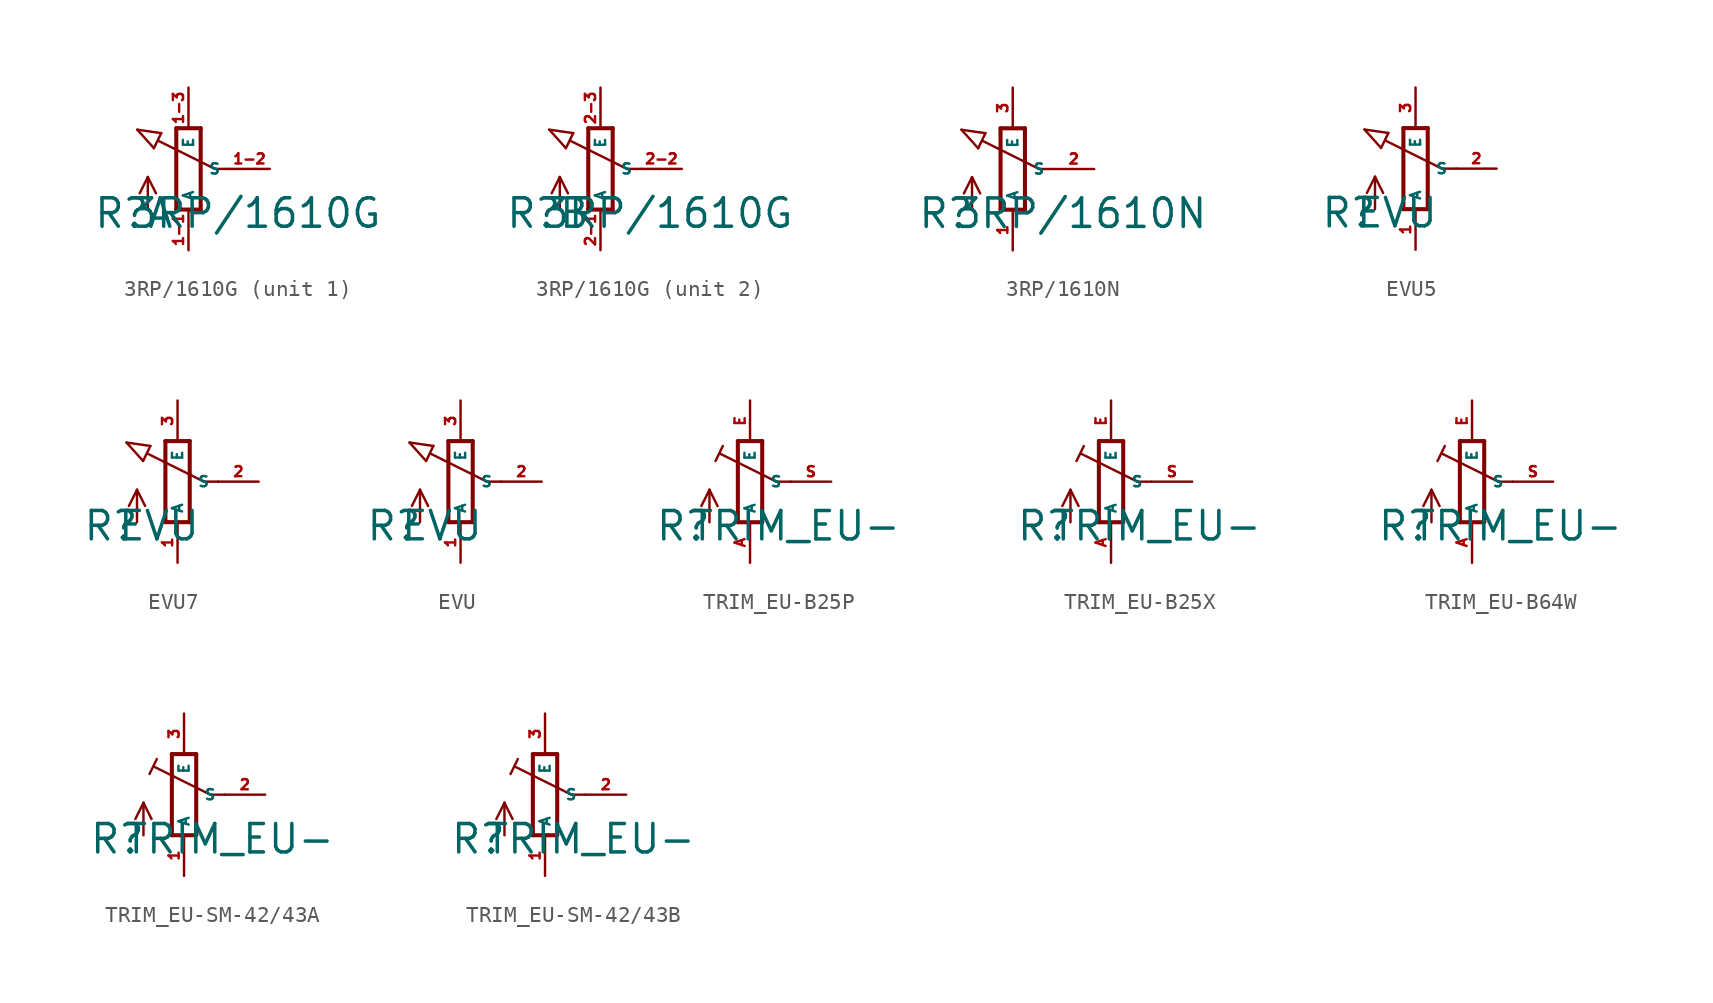
<source format=kicad_sym>
(kicad_symbol_lib
  (version 20220914)
  (generator Eagle2Kicad)
  (symbol "3RP/1610G"
    (property "Reference" "R"
      (at -5.969 -3.81 0)
      (effects (font (size 1.778 1.778) (thickness 0.22)) (justify left bottom)))
    (property "Value" "3RP/1610G"
      (at -3.81 -3.81 0)
      (effects (font (size 1.778 1.778) (thickness 0.22)) (justify left bottom)))
    (symbol "3RP/1610G_1_0"
      (polyline (pts (xy -0.762 2.54) (xy -0.762 -2.54)) (stroke (width 0.254) (type default)) (fill (type none)))
      (polyline (pts (xy 0.762 -2.54) (xy 0.762 2.54)) (stroke (width 0.254) (type default)) (fill (type none)))
      (polyline (pts (xy 2.54 0) (xy 1.651 0)) (stroke (width 0.152) (type default)) (fill (type none)))
      (polyline (pts (xy 1.651 0) (xy -1.88 1.753)) (stroke (width 0.152) (type default)) (fill (type none)))
      (polyline (pts (xy 0.762 2.54) (xy -0.762 2.54)) (stroke (width 0.254) (type default)) (fill (type none)))
      (polyline (pts (xy -0.762 -2.54) (xy 0.762 -2.54)) (stroke (width 0.254) (type default)) (fill (type none)))
      (polyline (pts (xy -2.16 1.294) (xy -3.199 2.45)) (stroke (width 0.152) (type default)) (fill (type none)))
      (polyline (pts (xy -3.199 2.45) (xy -1.702 2.235)) (stroke (width 0.152) (type default)) (fill (type none)))
      (polyline (pts (xy -2.54 -2.54) (xy -2.54 -0.508)) (stroke (width 0.152) (type default)) (fill (type none)))
      (polyline (pts (xy -2.54 -0.508) (xy -3.048 -1.524)) (stroke (width 0.152) (type default)) (fill (type none)))
      (polyline (pts (xy -2.54 -0.508) (xy -2.032 -1.524)) (stroke (width 0.152) (type default)) (fill (type none)))
      (polyline (pts (xy -2.16 1.294) (xy -1.702 2.235)) (stroke (width 0.152) (type default)) (fill (type none)))
      (pin passive line (at 0 -5.08 90) (length 2.54) (name "A" (effects (font (size 0.635 0.635) (thickness 0.08)) (justify left bottom))) (number "1-1" (effects (font (size 0.635 0.635) (thickness 0.08)) (justify left bottom))))
      (pin passive line (at 0 5.08 270) (length 2.54) (name "E" (effects (font (size 0.635 0.635) (thickness 0.08)) (justify left bottom))) (number "1-3" (effects (font (size 0.635 0.635) (thickness 0.08)) (justify left bottom))))
      (pin passive line (at 5.08 0 180) (length 2.54) (name "S" (effects (font (size 0.635 0.635) (thickness 0.08)) (justify left bottom))) (number "1-2" (effects (font (size 0.635 0.635) (thickness 0.08)) (justify left bottom)))))
    (symbol "3RP/1610G_2_0"
      (polyline (pts (xy -0.762 2.54) (xy -0.762 -2.54)) (stroke (width 0.254) (type default)) (fill (type none)))
      (polyline (pts (xy 0.762 -2.54) (xy 0.762 2.54)) (stroke (width 0.254) (type default)) (fill (type none)))
      (polyline (pts (xy 2.54 0) (xy 1.651 0)) (stroke (width 0.152) (type default)) (fill (type none)))
      (polyline (pts (xy 1.651 0) (xy -1.88 1.753)) (stroke (width 0.152) (type default)) (fill (type none)))
      (polyline (pts (xy 0.762 2.54) (xy -0.762 2.54)) (stroke (width 0.254) (type default)) (fill (type none)))
      (polyline (pts (xy -0.762 -2.54) (xy 0.762 -2.54)) (stroke (width 0.254) (type default)) (fill (type none)))
      (polyline (pts (xy -2.16 1.294) (xy -3.199 2.45)) (stroke (width 0.152) (type default)) (fill (type none)))
      (polyline (pts (xy -3.199 2.45) (xy -1.702 2.235)) (stroke (width 0.152) (type default)) (fill (type none)))
      (polyline (pts (xy -2.54 -2.54) (xy -2.54 -0.508)) (stroke (width 0.152) (type default)) (fill (type none)))
      (polyline (pts (xy -2.54 -0.508) (xy -3.048 -1.524)) (stroke (width 0.152) (type default)) (fill (type none)))
      (polyline (pts (xy -2.54 -0.508) (xy -2.032 -1.524)) (stroke (width 0.152) (type default)) (fill (type none)))
      (polyline (pts (xy -2.16 1.294) (xy -1.702 2.235)) (stroke (width 0.152) (type default)) (fill (type none)))
      (pin passive line (at 0 -5.08 90) (length 2.54) (name "A" (effects (font (size 0.635 0.635) (thickness 0.08)) (justify left bottom))) (number "2-1" (effects (font (size 0.635 0.635) (thickness 0.08)) (justify left bottom))))
      (pin passive line (at 0 5.08 270) (length 2.54) (name "E" (effects (font (size 0.635 0.635) (thickness 0.08)) (justify left bottom))) (number "2-3" (effects (font (size 0.635 0.635) (thickness 0.08)) (justify left bottom))))
      (pin passive line (at 5.08 0 180) (length 2.54) (name "S" (effects (font (size 0.635 0.635) (thickness 0.08)) (justify left bottom))) (number "2-2" (effects (font (size 0.635 0.635) (thickness 0.08)) (justify left bottom))))))
  (symbol "3RP/1610N"
    (property "Reference" "R"
      (at -5.969 -3.81 0)
      (effects (font (size 1.778 1.778) (thickness 0.22)) (justify left bottom)))
    (property "Value" "3RP/1610N"
      (at -3.81 -3.81 0)
      (effects (font (size 1.778 1.778) (thickness 0.22)) (justify left bottom)))
    (polyline
      (pts (xy -0.762 2.54) (xy -0.762 -2.54))
      (stroke (width 0.254) (type default))
      (fill (type none)))
    (polyline
      (pts (xy 0.762 -2.54) (xy 0.762 2.54))
      (stroke (width 0.254) (type default))
      (fill (type none)))
    (polyline
      (pts (xy 2.54 0) (xy 1.651 0))
      (stroke (width 0.152) (type default))
      (fill (type none)))
    (polyline
      (pts (xy 1.651 0) (xy -1.88 1.753))
      (stroke (width 0.152) (type default))
      (fill (type none)))
    (polyline
      (pts (xy 0.762 2.54) (xy -0.762 2.54))
      (stroke (width 0.254) (type default))
      (fill (type none)))
    (polyline
      (pts (xy -0.762 -2.54) (xy 0.762 -2.54))
      (stroke (width 0.254) (type default))
      (fill (type none)))
    (polyline
      (pts (xy -2.16 1.294) (xy -3.199 2.45))
      (stroke (width 0.152) (type default))
      (fill (type none)))
    (polyline
      (pts (xy -3.199 2.45) (xy -1.702 2.235))
      (stroke (width 0.152) (type default))
      (fill (type none)))
    (polyline
      (pts (xy -2.54 -2.54) (xy -2.54 -0.508))
      (stroke (width 0.152) (type default))
      (fill (type none)))
    (polyline
      (pts (xy -2.54 -0.508) (xy -3.048 -1.524))
      (stroke (width 0.152) (type default))
      (fill (type none)))
    (polyline
      (pts (xy -2.54 -0.508) (xy -2.032 -1.524))
      (stroke (width 0.152) (type default))
      (fill (type none)))
    (polyline
      (pts (xy -2.16 1.294) (xy -1.702 2.235))
      (stroke (width 0.152) (type default))
      (fill (type none)))
    (pin passive line
      (at 0 -5.08 90)
      (length 2.54)
      (name "A" (effects (font (size 0.635 0.635) (thickness 0.08)) (justify left bottom)))
      (number "1" (effects (font (size 0.635 0.635) (thickness 0.08)) (justify left bottom))))
    (pin passive line
      (at 0 5.08 270)
      (length 2.54)
      (name "E" (effects (font (size 0.635 0.635) (thickness 0.08)) (justify left bottom)))
      (number "3" (effects (font (size 0.635 0.635) (thickness 0.08)) (justify left bottom))))
    (pin passive line
      (at 5.08 0 180)
      (length 2.54)
      (name "S" (effects (font (size 0.635 0.635) (thickness 0.08)) (justify left bottom)))
      (number "2" (effects (font (size 0.635 0.635) (thickness 0.08)) (justify left bottom)))))
  (symbol "EVU5"
    (property "Reference" "R"
      (at -5.969 -3.81 0)
      (effects (font (size 1.778 1.778) (thickness 0.22)) (justify left bottom)))
    (property "Value" "EVU"
      (at -3.81 -3.81 0)
      (effects (font (size 1.778 1.778) (thickness 0.22)) (justify left bottom)))
    (polyline
      (pts (xy -0.762 2.54) (xy -0.762 -2.54))
      (stroke (width 0.254) (type default))
      (fill (type none)))
    (polyline
      (pts (xy 0.762 -2.54) (xy 0.762 2.54))
      (stroke (width 0.254) (type default))
      (fill (type none)))
    (polyline
      (pts (xy 2.54 0) (xy 1.651 0))
      (stroke (width 0.152) (type default))
      (fill (type none)))
    (polyline
      (pts (xy 1.651 0) (xy -1.88 1.753))
      (stroke (width 0.152) (type default))
      (fill (type none)))
    (polyline
      (pts (xy 0.762 2.54) (xy -0.762 2.54))
      (stroke (width 0.254) (type default))
      (fill (type none)))
    (polyline
      (pts (xy -0.762 -2.54) (xy 0.762 -2.54))
      (stroke (width 0.254) (type default))
      (fill (type none)))
    (polyline
      (pts (xy -2.16 1.294) (xy -3.199 2.45))
      (stroke (width 0.152) (type default))
      (fill (type none)))
    (polyline
      (pts (xy -3.199 2.45) (xy -1.702 2.235))
      (stroke (width 0.152) (type default))
      (fill (type none)))
    (polyline
      (pts (xy -2.54 -2.54) (xy -2.54 -0.508))
      (stroke (width 0.152) (type default))
      (fill (type none)))
    (polyline
      (pts (xy -2.54 -0.508) (xy -3.048 -1.524))
      (stroke (width 0.152) (type default))
      (fill (type none)))
    (polyline
      (pts (xy -2.54 -0.508) (xy -2.032 -1.524))
      (stroke (width 0.152) (type default))
      (fill (type none)))
    (polyline
      (pts (xy -2.16 1.294) (xy -1.702 2.235))
      (stroke (width 0.152) (type default))
      (fill (type none)))
    (pin passive line
      (at 0 -5.08 90)
      (length 2.54)
      (name "A" (effects (font (size 0.635 0.635) (thickness 0.08)) (justify left bottom)))
      (number "1" (effects (font (size 0.635 0.635) (thickness 0.08)) (justify left bottom))))
    (pin passive line
      (at 0 5.08 270)
      (length 2.54)
      (name "E" (effects (font (size 0.635 0.635) (thickness 0.08)) (justify left bottom)))
      (number "3" (effects (font (size 0.635 0.635) (thickness 0.08)) (justify left bottom))))
    (pin passive line
      (at 5.08 0 180)
      (length 2.54)
      (name "S" (effects (font (size 0.635 0.635) (thickness 0.08)) (justify left bottom)))
      (number "2" (effects (font (size 0.635 0.635) (thickness 0.08)) (justify left bottom)))))
  (symbol "EVU7"
    (property "Reference" "R"
      (at -5.969 -3.81 0)
      (effects (font (size 1.778 1.778) (thickness 0.22)) (justify left bottom)))
    (property "Value" "EVU"
      (at -3.81 -3.81 0)
      (effects (font (size 1.778 1.778) (thickness 0.22)) (justify left bottom)))
    (polyline
      (pts (xy -0.762 2.54) (xy -0.762 -2.54))
      (stroke (width 0.254) (type default))
      (fill (type none)))
    (polyline
      (pts (xy 0.762 -2.54) (xy 0.762 2.54))
      (stroke (width 0.254) (type default))
      (fill (type none)))
    (polyline
      (pts (xy 2.54 0) (xy 1.651 0))
      (stroke (width 0.152) (type default))
      (fill (type none)))
    (polyline
      (pts (xy 1.651 0) (xy -1.88 1.753))
      (stroke (width 0.152) (type default))
      (fill (type none)))
    (polyline
      (pts (xy 0.762 2.54) (xy -0.762 2.54))
      (stroke (width 0.254) (type default))
      (fill (type none)))
    (polyline
      (pts (xy -0.762 -2.54) (xy 0.762 -2.54))
      (stroke (width 0.254) (type default))
      (fill (type none)))
    (polyline
      (pts (xy -2.16 1.294) (xy -3.199 2.45))
      (stroke (width 0.152) (type default))
      (fill (type none)))
    (polyline
      (pts (xy -3.199 2.45) (xy -1.702 2.235))
      (stroke (width 0.152) (type default))
      (fill (type none)))
    (polyline
      (pts (xy -2.54 -2.54) (xy -2.54 -0.508))
      (stroke (width 0.152) (type default))
      (fill (type none)))
    (polyline
      (pts (xy -2.54 -0.508) (xy -3.048 -1.524))
      (stroke (width 0.152) (type default))
      (fill (type none)))
    (polyline
      (pts (xy -2.54 -0.508) (xy -2.032 -1.524))
      (stroke (width 0.152) (type default))
      (fill (type none)))
    (polyline
      (pts (xy -2.16 1.294) (xy -1.702 2.235))
      (stroke (width 0.152) (type default))
      (fill (type none)))
    (pin passive line
      (at 0 -5.08 90)
      (length 2.54)
      (name "A" (effects (font (size 0.635 0.635) (thickness 0.08)) (justify left bottom)))
      (number "1" (effects (font (size 0.635 0.635) (thickness 0.08)) (justify left bottom))))
    (pin passive line
      (at 0 5.08 270)
      (length 2.54)
      (name "E" (effects (font (size 0.635 0.635) (thickness 0.08)) (justify left bottom)))
      (number "3" (effects (font (size 0.635 0.635) (thickness 0.08)) (justify left bottom))))
    (pin passive line
      (at 5.08 0 180)
      (length 2.54)
      (name "S" (effects (font (size 0.635 0.635) (thickness 0.08)) (justify left bottom)))
      (number "2" (effects (font (size 0.635 0.635) (thickness 0.08)) (justify left bottom)))))
  (symbol "EVU"
    (property "Reference" "R"
      (at -5.969 -3.81 0)
      (effects (font (size 1.778 1.778) (thickness 0.22)) (justify left bottom)))
    (property "Value" "EVU"
      (at -3.81 -3.81 0)
      (effects (font (size 1.778 1.778) (thickness 0.22)) (justify left bottom)))
    (polyline
      (pts (xy -0.762 2.54) (xy -0.762 -2.54))
      (stroke (width 0.254) (type default))
      (fill (type none)))
    (polyline
      (pts (xy 0.762 -2.54) (xy 0.762 2.54))
      (stroke (width 0.254) (type default))
      (fill (type none)))
    (polyline
      (pts (xy 2.54 0) (xy 1.651 0))
      (stroke (width 0.152) (type default))
      (fill (type none)))
    (polyline
      (pts (xy 1.651 0) (xy -1.88 1.753))
      (stroke (width 0.152) (type default))
      (fill (type none)))
    (polyline
      (pts (xy 0.762 2.54) (xy -0.762 2.54))
      (stroke (width 0.254) (type default))
      (fill (type none)))
    (polyline
      (pts (xy -0.762 -2.54) (xy 0.762 -2.54))
      (stroke (width 0.254) (type default))
      (fill (type none)))
    (polyline
      (pts (xy -2.16 1.294) (xy -3.199 2.45))
      (stroke (width 0.152) (type default))
      (fill (type none)))
    (polyline
      (pts (xy -3.199 2.45) (xy -1.702 2.235))
      (stroke (width 0.152) (type default))
      (fill (type none)))
    (polyline
      (pts (xy -2.54 -2.54) (xy -2.54 -0.508))
      (stroke (width 0.152) (type default))
      (fill (type none)))
    (polyline
      (pts (xy -2.54 -0.508) (xy -3.048 -1.524))
      (stroke (width 0.152) (type default))
      (fill (type none)))
    (polyline
      (pts (xy -2.54 -0.508) (xy -2.032 -1.524))
      (stroke (width 0.152) (type default))
      (fill (type none)))
    (polyline
      (pts (xy -2.16 1.294) (xy -1.702 2.235))
      (stroke (width 0.152) (type default))
      (fill (type none)))
    (pin passive line
      (at 0 -5.08 90)
      (length 2.54)
      (name "A" (effects (font (size 0.635 0.635) (thickness 0.08)) (justify left bottom)))
      (number "1" (effects (font (size 0.635 0.635) (thickness 0.08)) (justify left bottom))))
    (pin passive line
      (at 0 5.08 270)
      (length 2.54)
      (name "E" (effects (font (size 0.635 0.635) (thickness 0.08)) (justify left bottom)))
      (number "3" (effects (font (size 0.635 0.635) (thickness 0.08)) (justify left bottom))))
    (pin passive line
      (at 5.08 0 180)
      (length 2.54)
      (name "S" (effects (font (size 0.635 0.635) (thickness 0.08)) (justify left bottom)))
      (number "2" (effects (font (size 0.635 0.635) (thickness 0.08)) (justify left bottom)))))
  (symbol "TRIM_EU-B25P"
    (property "Reference" "R"
      (at -5.969 -3.81 0)
      (effects (font (size 1.778 1.778) (thickness 0.22)) (justify left bottom)))
    (property "Value" "TRIM_EU-"
      (at -3.81 -3.81 0)
      (effects (font (size 1.778 1.778) (thickness 0.22)) (justify left bottom)))
    (polyline
      (pts (xy -0.762 2.54) (xy -0.762 -2.54))
      (stroke (width 0.254) (type default))
      (fill (type none)))
    (polyline
      (pts (xy 0.762 -2.54) (xy 0.762 2.54))
      (stroke (width 0.254) (type default))
      (fill (type none)))
    (polyline
      (pts (xy 2.54 0) (xy 1.651 0))
      (stroke (width 0.152) (type default))
      (fill (type none)))
    (polyline
      (pts (xy 1.651 0) (xy -1.88 1.753))
      (stroke (width 0.152) (type default))
      (fill (type none)))
    (polyline
      (pts (xy 0.762 2.54) (xy -0.762 2.54))
      (stroke (width 0.254) (type default))
      (fill (type none)))
    (polyline
      (pts (xy -0.762 -2.54) (xy 0.762 -2.54))
      (stroke (width 0.254) (type default))
      (fill (type none)))
    (polyline
      (pts (xy -2.54 -2.54) (xy -2.54 -0.508))
      (stroke (width 0.152) (type default))
      (fill (type none)))
    (polyline
      (pts (xy -2.54 -0.508) (xy -3.048 -1.524))
      (stroke (width 0.152) (type default))
      (fill (type none)))
    (polyline
      (pts (xy -2.54 -0.508) (xy -2.032 -1.524))
      (stroke (width 0.152) (type default))
      (fill (type none)))
    (polyline
      (pts (xy -2.16 1.294) (xy -1.702 2.235))
      (stroke (width 0.152) (type default))
      (fill (type none)))
    (pin passive line
      (at 0 -5.08 90)
      (length 2.54)
      (name "A" (effects (font (size 0.635 0.635) (thickness 0.08)) (justify left bottom)))
      (number "A" (effects (font (size 0.635 0.635) (thickness 0.08)) (justify left bottom))))
    (pin passive line
      (at 0 5.08 270)
      (length 2.54)
      (name "E" (effects (font (size 0.635 0.635) (thickness 0.08)) (justify left bottom)))
      (number "E" (effects (font (size 0.635 0.635) (thickness 0.08)) (justify left bottom))))
    (pin passive line
      (at 5.08 0 180)
      (length 2.54)
      (name "S" (effects (font (size 0.635 0.635) (thickness 0.08)) (justify left bottom)))
      (number "S" (effects (font (size 0.635 0.635) (thickness 0.08)) (justify left bottom)))))
  (symbol "TRIM_EU-B25X"
    (property "Reference" "R"
      (at -5.969 -3.81 0)
      (effects (font (size 1.778 1.778) (thickness 0.22)) (justify left bottom)))
    (property "Value" "TRIM_EU-"
      (at -3.81 -3.81 0)
      (effects (font (size 1.778 1.778) (thickness 0.22)) (justify left bottom)))
    (polyline
      (pts (xy -0.762 2.54) (xy -0.762 -2.54))
      (stroke (width 0.254) (type default))
      (fill (type none)))
    (polyline
      (pts (xy 0.762 -2.54) (xy 0.762 2.54))
      (stroke (width 0.254) (type default))
      (fill (type none)))
    (polyline
      (pts (xy 2.54 0) (xy 1.651 0))
      (stroke (width 0.152) (type default))
      (fill (type none)))
    (polyline
      (pts (xy 1.651 0) (xy -1.88 1.753))
      (stroke (width 0.152) (type default))
      (fill (type none)))
    (polyline
      (pts (xy 0.762 2.54) (xy -0.762 2.54))
      (stroke (width 0.254) (type default))
      (fill (type none)))
    (polyline
      (pts (xy -0.762 -2.54) (xy 0.762 -2.54))
      (stroke (width 0.254) (type default))
      (fill (type none)))
    (polyline
      (pts (xy -2.54 -2.54) (xy -2.54 -0.508))
      (stroke (width 0.152) (type default))
      (fill (type none)))
    (polyline
      (pts (xy -2.54 -0.508) (xy -3.048 -1.524))
      (stroke (width 0.152) (type default))
      (fill (type none)))
    (polyline
      (pts (xy -2.54 -0.508) (xy -2.032 -1.524))
      (stroke (width 0.152) (type default))
      (fill (type none)))
    (polyline
      (pts (xy -2.16 1.294) (xy -1.702 2.235))
      (stroke (width 0.152) (type default))
      (fill (type none)))
    (pin passive line
      (at 0 -5.08 90)
      (length 2.54)
      (name "A" (effects (font (size 0.635 0.635) (thickness 0.08)) (justify left bottom)))
      (number "A" (effects (font (size 0.635 0.635) (thickness 0.08)) (justify left bottom))))
    (pin passive line
      (at 0 5.08 270)
      (length 2.54)
      (name "E" (effects (font (size 0.635 0.635) (thickness 0.08)) (justify left bottom)))
      (number "E" (effects (font (size 0.635 0.635) (thickness 0.08)) (justify left bottom))))
    (pin passive line
      (at 5.08 0 180)
      (length 2.54)
      (name "S" (effects (font (size 0.635 0.635) (thickness 0.08)) (justify left bottom)))
      (number "S" (effects (font (size 0.635 0.635) (thickness 0.08)) (justify left bottom)))))
  (symbol "TRIM_EU-B64W"
    (property "Reference" "R"
      (at -5.969 -3.81 0)
      (effects (font (size 1.778 1.778) (thickness 0.22)) (justify left bottom)))
    (property "Value" "TRIM_EU-"
      (at -3.81 -3.81 0)
      (effects (font (size 1.778 1.778) (thickness 0.22)) (justify left bottom)))
    (polyline
      (pts (xy -0.762 2.54) (xy -0.762 -2.54))
      (stroke (width 0.254) (type default))
      (fill (type none)))
    (polyline
      (pts (xy 0.762 -2.54) (xy 0.762 2.54))
      (stroke (width 0.254) (type default))
      (fill (type none)))
    (polyline
      (pts (xy 2.54 0) (xy 1.651 0))
      (stroke (width 0.152) (type default))
      (fill (type none)))
    (polyline
      (pts (xy 1.651 0) (xy -1.88 1.753))
      (stroke (width 0.152) (type default))
      (fill (type none)))
    (polyline
      (pts (xy 0.762 2.54) (xy -0.762 2.54))
      (stroke (width 0.254) (type default))
      (fill (type none)))
    (polyline
      (pts (xy -0.762 -2.54) (xy 0.762 -2.54))
      (stroke (width 0.254) (type default))
      (fill (type none)))
    (polyline
      (pts (xy -2.54 -2.54) (xy -2.54 -0.508))
      (stroke (width 0.152) (type default))
      (fill (type none)))
    (polyline
      (pts (xy -2.54 -0.508) (xy -3.048 -1.524))
      (stroke (width 0.152) (type default))
      (fill (type none)))
    (polyline
      (pts (xy -2.54 -0.508) (xy -2.032 -1.524))
      (stroke (width 0.152) (type default))
      (fill (type none)))
    (polyline
      (pts (xy -2.16 1.294) (xy -1.702 2.235))
      (stroke (width 0.152) (type default))
      (fill (type none)))
    (pin passive line
      (at 0 -5.08 90)
      (length 2.54)
      (name "A" (effects (font (size 0.635 0.635) (thickness 0.08)) (justify left bottom)))
      (number "A" (effects (font (size 0.635 0.635) (thickness 0.08)) (justify left bottom))))
    (pin passive line
      (at 0 5.08 270)
      (length 2.54)
      (name "E" (effects (font (size 0.635 0.635) (thickness 0.08)) (justify left bottom)))
      (number "E" (effects (font (size 0.635 0.635) (thickness 0.08)) (justify left bottom))))
    (pin passive line
      (at 5.08 0 180)
      (length 2.54)
      (name "S" (effects (font (size 0.635 0.635) (thickness 0.08)) (justify left bottom)))
      (number "S" (effects (font (size 0.635 0.635) (thickness 0.08)) (justify left bottom)))))
  (symbol "TRIM_EU-SM-42/43A"
    (property "Reference" "R"
      (at -5.969 -3.81 0)
      (effects (font (size 1.778 1.778) (thickness 0.22)) (justify left bottom)))
    (property "Value" "TRIM_EU-"
      (at -3.81 -3.81 0)
      (effects (font (size 1.778 1.778) (thickness 0.22)) (justify left bottom)))
    (polyline
      (pts (xy -0.762 2.54) (xy -0.762 -2.54))
      (stroke (width 0.254) (type default))
      (fill (type none)))
    (polyline
      (pts (xy 0.762 -2.54) (xy 0.762 2.54))
      (stroke (width 0.254) (type default))
      (fill (type none)))
    (polyline
      (pts (xy 2.54 0) (xy 1.651 0))
      (stroke (width 0.152) (type default))
      (fill (type none)))
    (polyline
      (pts (xy 1.651 0) (xy -1.88 1.753))
      (stroke (width 0.152) (type default))
      (fill (type none)))
    (polyline
      (pts (xy 0.762 2.54) (xy -0.762 2.54))
      (stroke (width 0.254) (type default))
      (fill (type none)))
    (polyline
      (pts (xy -0.762 -2.54) (xy 0.762 -2.54))
      (stroke (width 0.254) (type default))
      (fill (type none)))
    (polyline
      (pts (xy -2.54 -2.54) (xy -2.54 -0.508))
      (stroke (width 0.152) (type default))
      (fill (type none)))
    (polyline
      (pts (xy -2.54 -0.508) (xy -3.048 -1.524))
      (stroke (width 0.152) (type default))
      (fill (type none)))
    (polyline
      (pts (xy -2.54 -0.508) (xy -2.032 -1.524))
      (stroke (width 0.152) (type default))
      (fill (type none)))
    (polyline
      (pts (xy -2.16 1.294) (xy -1.702 2.235))
      (stroke (width 0.152) (type default))
      (fill (type none)))
    (pin passive line
      (at 0 -5.08 90)
      (length 2.54)
      (name "A" (effects (font (size 0.635 0.635) (thickness 0.08)) (justify left bottom)))
      (number "1" (effects (font (size 0.635 0.635) (thickness 0.08)) (justify left bottom))))
    (pin passive line
      (at 0 5.08 270)
      (length 2.54)
      (name "E" (effects (font (size 0.635 0.635) (thickness 0.08)) (justify left bottom)))
      (number "3" (effects (font (size 0.635 0.635) (thickness 0.08)) (justify left bottom))))
    (pin passive line
      (at 5.08 0 180)
      (length 2.54)
      (name "S" (effects (font (size 0.635 0.635) (thickness 0.08)) (justify left bottom)))
      (number "2" (effects (font (size 0.635 0.635) (thickness 0.08)) (justify left bottom)))))
  (symbol "TRIM_EU-SM-42/43B"
    (property "Reference" "R"
      (at -5.969 -3.81 0)
      (effects (font (size 1.778 1.778) (thickness 0.22)) (justify left bottom)))
    (property "Value" "TRIM_EU-"
      (at -3.81 -3.81 0)
      (effects (font (size 1.778 1.778) (thickness 0.22)) (justify left bottom)))
    (polyline
      (pts (xy -0.762 2.54) (xy -0.762 -2.54))
      (stroke (width 0.254) (type default))
      (fill (type none)))
    (polyline
      (pts (xy 0.762 -2.54) (xy 0.762 2.54))
      (stroke (width 0.254) (type default))
      (fill (type none)))
    (polyline
      (pts (xy 2.54 0) (xy 1.651 0))
      (stroke (width 0.152) (type default))
      (fill (type none)))
    (polyline
      (pts (xy 1.651 0) (xy -1.88 1.753))
      (stroke (width 0.152) (type default))
      (fill (type none)))
    (polyline
      (pts (xy 0.762 2.54) (xy -0.762 2.54))
      (stroke (width 0.254) (type default))
      (fill (type none)))
    (polyline
      (pts (xy -0.762 -2.54) (xy 0.762 -2.54))
      (stroke (width 0.254) (type default))
      (fill (type none)))
    (polyline
      (pts (xy -2.54 -2.54) (xy -2.54 -0.508))
      (stroke (width 0.152) (type default))
      (fill (type none)))
    (polyline
      (pts (xy -2.54 -0.508) (xy -3.048 -1.524))
      (stroke (width 0.152) (type default))
      (fill (type none)))
    (polyline
      (pts (xy -2.54 -0.508) (xy -2.032 -1.524))
      (stroke (width 0.152) (type default))
      (fill (type none)))
    (polyline
      (pts (xy -2.16 1.294) (xy -1.702 2.235))
      (stroke (width 0.152) (type default))
      (fill (type none)))
    (pin passive line
      (at 0 -5.08 90)
      (length 2.54)
      (name "A" (effects (font (size 0.635 0.635) (thickness 0.08)) (justify left bottom)))
      (number "1" (effects (font (size 0.635 0.635) (thickness 0.08)) (justify left bottom))))
    (pin passive line
      (at 0 5.08 270)
      (length 2.54)
      (name "E" (effects (font (size 0.635 0.635) (thickness 0.08)) (justify left bottom)))
      (number "3" (effects (font (size 0.635 0.635) (thickness 0.08)) (justify left bottom))))
    (pin passive line
      (at 5.08 0 180)
      (length 2.54)
      (name "S" (effects (font (size 0.635 0.635) (thickness 0.08)) (justify left bottom)))
      (number "2" (effects (font (size 0.635 0.635) (thickness 0.08)) (justify left bottom))))))
</source>
